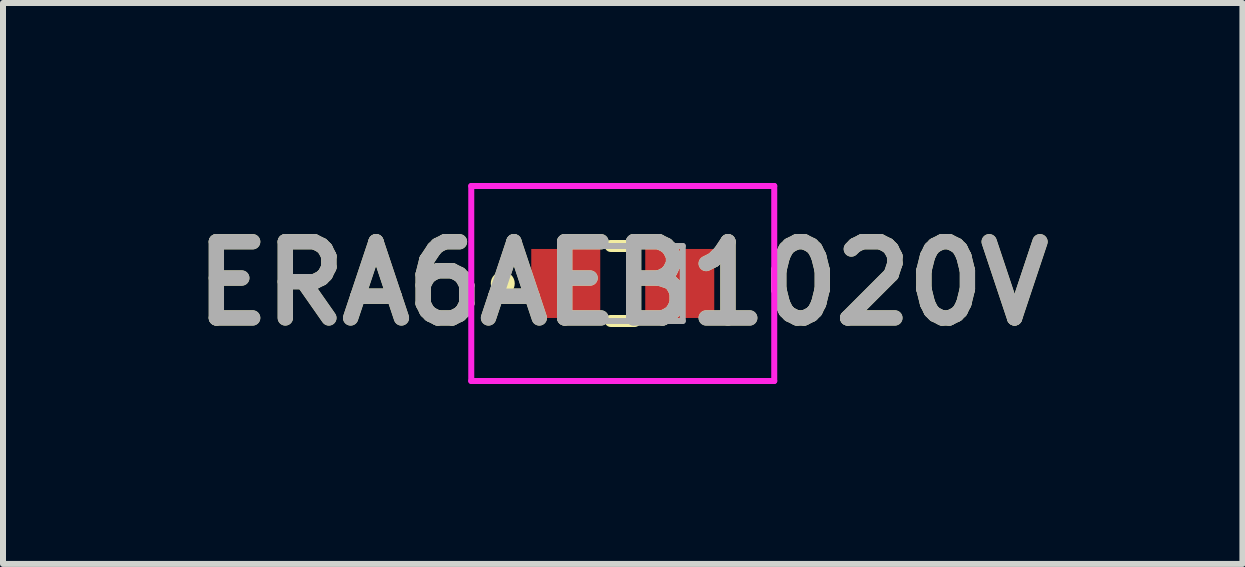
<source format=kicad_pcb>
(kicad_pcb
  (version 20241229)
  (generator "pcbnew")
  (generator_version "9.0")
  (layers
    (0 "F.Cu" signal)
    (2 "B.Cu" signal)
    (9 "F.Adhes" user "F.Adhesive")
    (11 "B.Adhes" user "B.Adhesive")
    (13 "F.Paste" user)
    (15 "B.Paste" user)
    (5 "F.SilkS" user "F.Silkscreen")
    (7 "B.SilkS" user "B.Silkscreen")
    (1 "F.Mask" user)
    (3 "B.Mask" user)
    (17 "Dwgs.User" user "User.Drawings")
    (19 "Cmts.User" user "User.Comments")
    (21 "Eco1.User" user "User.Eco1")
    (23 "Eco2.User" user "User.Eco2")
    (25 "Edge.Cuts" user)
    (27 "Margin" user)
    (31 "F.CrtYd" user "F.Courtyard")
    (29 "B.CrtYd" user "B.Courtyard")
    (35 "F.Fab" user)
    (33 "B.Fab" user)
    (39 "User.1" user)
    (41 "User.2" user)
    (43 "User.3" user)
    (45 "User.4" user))
  (footprint "ERA6AEB1020V"
    (layer "F.Cu")
    (at 7.33 1.675)
    (property "Reference" "ERA6AEB1020V" (at 0 0 0) (layer "F.SilkS") (effects (font (size 1.27 1.27) (thickness 0.254))))
    (attr smd)
    (fp_line (start -2 -0.1) (end -2 -0.1) (stroke (width 0.2) (type solid)) (layer "F.SilkS"))
    (fp_line (start -2 0.1) (end -2 0.1) (stroke (width 0.2) (type solid)) (layer "F.SilkS"))
    (fp_line (start -0.2 -0.625) (end 0.2 -0.625) (stroke (width 0.2) (type solid)) (layer "F.SilkS"))
    (fp_line (start -0.2 0.625) (end 0.2 0.625) (stroke (width 0.2) (type solid)) (layer "F.SilkS"))
    (fp_arc (start -2 -0.1) (mid -1.9 0) (end -2 0.1) (stroke (width 0.2) (type solid)) (layer "F.SilkS"))
    (fp_arc (start -2 0.1) (mid -2.1 0) (end -2 -0.1) (stroke (width 0.2) (type solid)) (layer "F.SilkS"))
    (fp_line (start -2.525 -1.625) (end 2.525 -1.625) (stroke (width 0.1) (type solid)) (layer "F.CrtYd"))
    (fp_line (start -2.525 1.625) (end -2.525 -1.625) (stroke (width 0.1) (type solid)) (layer "F.CrtYd"))
    (fp_line (start 2.525 -1.625) (end 2.525 1.625) (stroke (width 0.1) (type solid)) (layer "F.CrtYd"))
    (fp_line (start 2.525 1.625) (end -2.525 1.625) (stroke (width 0.1) (type solid)) (layer "F.CrtYd"))
    (fp_line (start -1 -0.625) (end 1 -0.625) (stroke (width 0.1) (type solid)) (layer "F.Fab"))
    (fp_line (start -1 0.625) (end -1 -0.625) (stroke (width 0.1) (type solid)) (layer "F.Fab"))
    (fp_line (start 1 -0.625) (end 1 0.625) (stroke (width 0.1) (type solid)) (layer "F.Fab"))
    (fp_line (start 1 0.625) (end -1 0.625) (stroke (width 0.1) (type solid)) (layer "F.Fab"))
    (fp_text user "${REFERENCE}" (at 0 0 0) (layer "F.Fab") (effects (font (size 1.27 1.27) (thickness 0.254))))
    (pad "1" smd rect (at -0.95 0) (size 1.15 1.15) (layers "F.Cu" "F.Mask" "F.Paste"))
    (pad "2" smd rect (at 0.95 0) (size 1.15 1.15) (layers "F.Cu" "F.Mask" "F.Paste")))
  (gr_rect
    (start -3 -3)
    (end 17.659 6.35)
    (stroke (width 0.1) (type default))
    (fill no)
    (layer "Edge.Cuts")))
</source>
